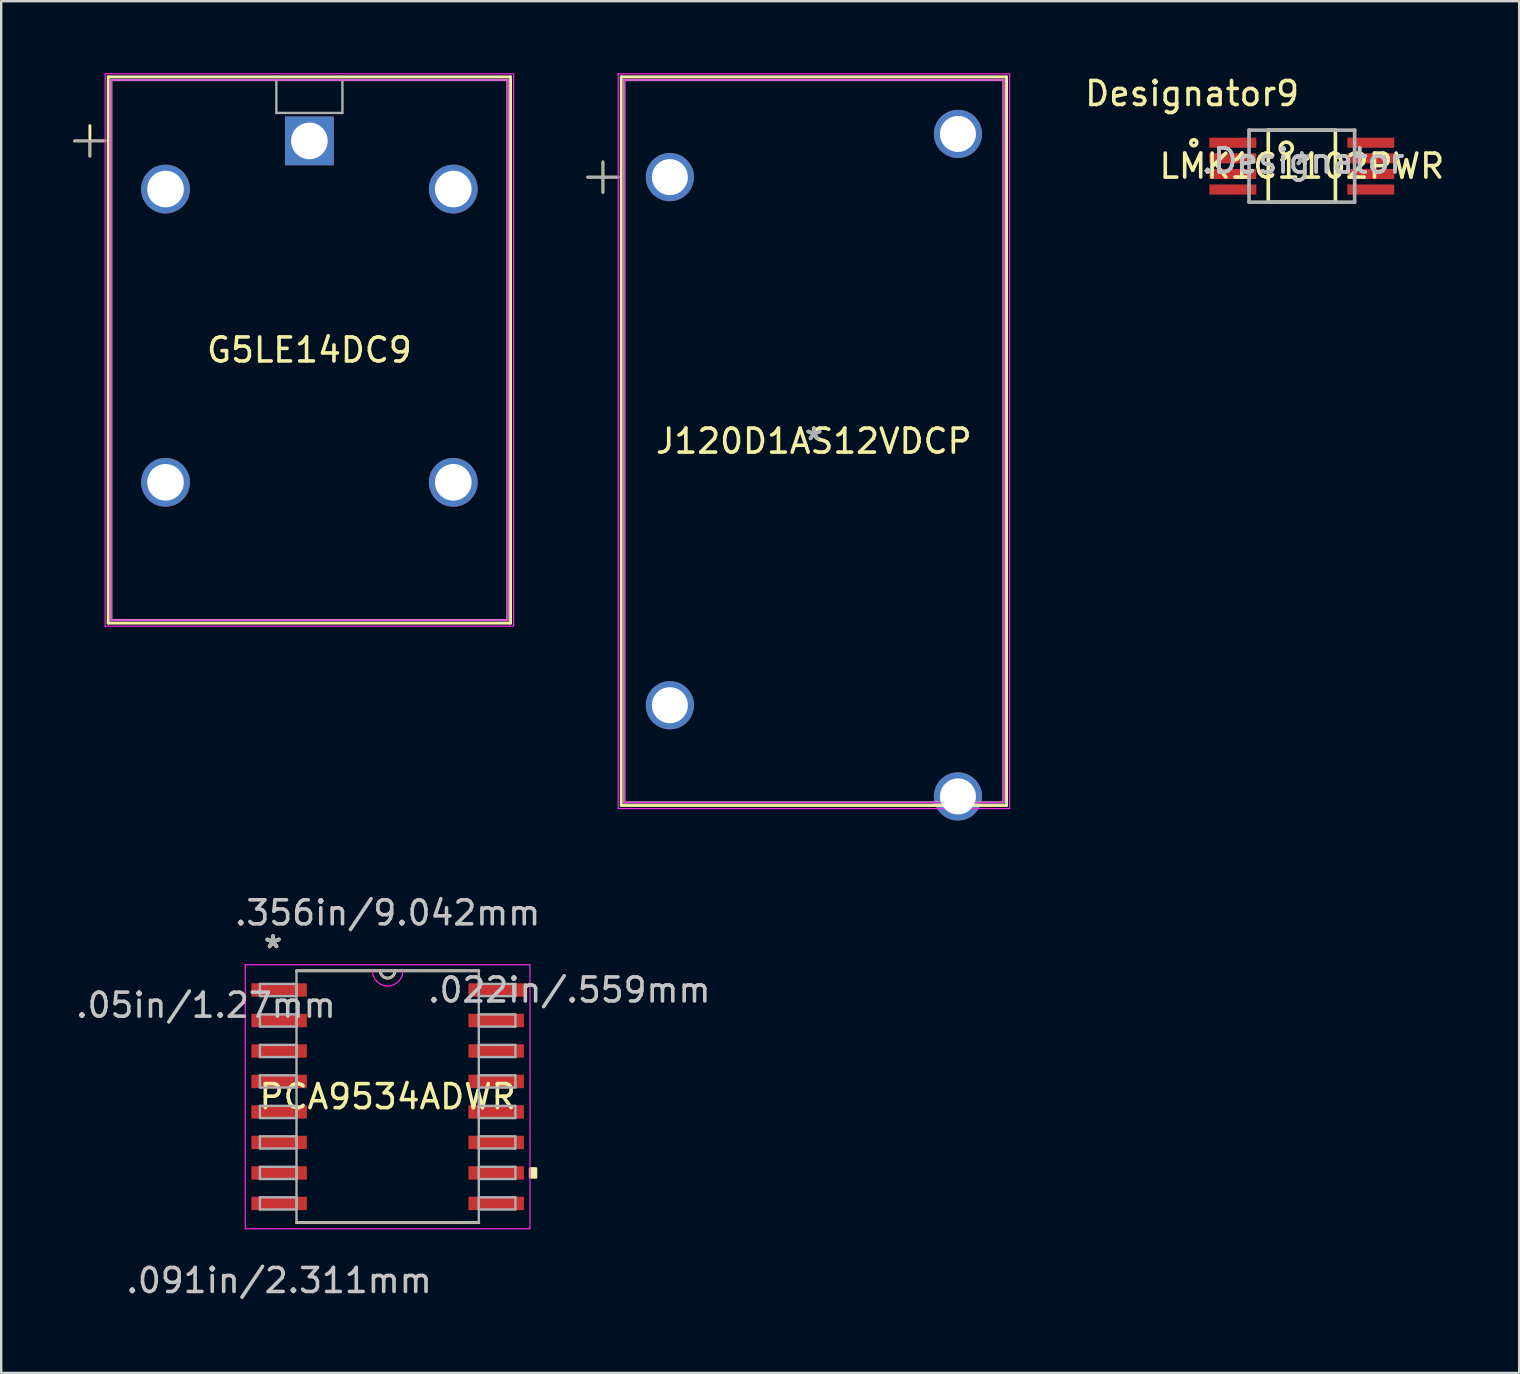
<source format=kicad_pcb>
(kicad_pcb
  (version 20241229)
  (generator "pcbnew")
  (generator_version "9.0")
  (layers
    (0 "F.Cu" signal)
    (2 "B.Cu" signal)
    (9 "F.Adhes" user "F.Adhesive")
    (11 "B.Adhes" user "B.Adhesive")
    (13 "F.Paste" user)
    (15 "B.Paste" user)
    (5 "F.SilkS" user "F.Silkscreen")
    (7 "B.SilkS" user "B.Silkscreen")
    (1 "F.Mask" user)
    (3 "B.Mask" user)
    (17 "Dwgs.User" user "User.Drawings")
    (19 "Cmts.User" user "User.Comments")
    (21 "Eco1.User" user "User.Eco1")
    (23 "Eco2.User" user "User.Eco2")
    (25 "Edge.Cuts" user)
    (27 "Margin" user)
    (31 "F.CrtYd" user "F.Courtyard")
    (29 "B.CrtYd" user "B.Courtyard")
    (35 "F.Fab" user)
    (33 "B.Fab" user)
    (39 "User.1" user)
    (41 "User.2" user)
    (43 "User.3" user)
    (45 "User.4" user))
  (footprint "PCA9534ADWR"
    (layer "F.Cu")
    (at 13.099 42.638)
    (property "Reference" "PCA9534ADWR" (at 0 0 0) (layer "F.SilkS") (effects (font (size 1 1) (thickness 0.15))))
    (attr through_hole)
    (fp_line (start -3.797 5.245) (end 3.797 5.245) (stroke (width 0.12) (type solid)) (layer "F.SilkS"))
    (fp_line (start 3.797 -5.245) (end -3.797 -5.245) (stroke (width 0.12) (type solid)) (layer "F.SilkS"))
    (fp_arc (start 0.3048 -5.2451) (mid 0 -4.9403) (end -0.3048 -5.2451) (stroke (width 0.12) (type solid)) (layer "F.SilkS"))
    (fp_poly (pts (xy 6.185 2.985) (xy 6.185 3.365) (xy 5.931 3.365) (xy 5.931 2.985)) (stroke (width 0.1) (type solid)) (fill yes) (layer "F.SilkS"))
    (fp_line (start -5.931 -5.499) (end 5.931 -5.499) (stroke (width 0.05) (type solid)) (layer "F.CrtYd"))
    (fp_line (start -5.931 5.499) (end -5.931 -5.499) (stroke (width 0.05) (type solid)) (layer "F.CrtYd"))
    (fp_line (start 5.931 -5.499) (end 5.931 5.499) (stroke (width 0.05) (type solid)) (layer "F.CrtYd"))
    (fp_line (start 5.931 5.499) (end -5.931 5.499) (stroke (width 0.05) (type solid)) (layer "F.CrtYd"))
    (fp_arc (start 0.632883 -5.2451) (mid 0 -4.612217) (end -0.632883 -5.2451) (stroke (width 0.05) (type solid)) (layer "F.CrtYd"))
    (fp_line (start -5.321 -4.699) (end -5.321 -4.191) (stroke (width 0.1) (type solid)) (layer "F.Fab"))
    (fp_line (start -5.321 -4.191) (end -3.797 -4.191) (stroke (width 0.1) (type solid)) (layer "F.Fab"))
    (fp_line (start -5.321 -3.429) (end -5.321 -2.921) (stroke (width 0.1) (type solid)) (layer "F.Fab"))
    (fp_line (start -5.321 -2.921) (end -3.797 -2.921) (stroke (width 0.1) (type solid)) (layer "F.Fab"))
    (fp_line (start -5.321 -2.159) (end -5.321 -1.651) (stroke (width 0.1) (type solid)) (layer "F.Fab"))
    (fp_line (start -5.321 -1.651) (end -3.797 -1.651) (stroke (width 0.1) (type solid)) (layer "F.Fab"))
    (fp_line (start -5.321 -0.889) (end -5.321 -0.381) (stroke (width 0.1) (type solid)) (layer "F.Fab"))
    (fp_line (start -5.321 -0.381) (end -3.797 -0.381) (stroke (width 0.1) (type solid)) (layer "F.Fab"))
    (fp_line (start -5.321 0.381) (end -5.321 0.889) (stroke (width 0.1) (type solid)) (layer "F.Fab"))
    (fp_line (start -5.321 0.889) (end -3.797 0.889) (stroke (width 0.1) (type solid)) (layer "F.Fab"))
    (fp_line (start -5.321 1.651) (end -5.321 2.159) (stroke (width 0.1) (type solid)) (layer "F.Fab"))
    (fp_line (start -5.321 2.159) (end -3.797 2.159) (stroke (width 0.1) (type solid)) (layer "F.Fab"))
    (fp_line (start -5.321 2.921) (end -5.321 3.429) (stroke (width 0.1) (type solid)) (layer "F.Fab"))
    (fp_line (start -5.321 3.429) (end -3.797 3.429) (stroke (width 0.1) (type solid)) (layer "F.Fab"))
    (fp_line (start -5.321 4.191) (end -5.321 4.699) (stroke (width 0.1) (type solid)) (layer "F.Fab"))
    (fp_line (start -5.321 4.699) (end -3.797 4.699) (stroke (width 0.1) (type solid)) (layer "F.Fab"))
    (fp_line (start -3.797 -5.245) (end -3.797 5.245) (stroke (width 0.1) (type solid)) (layer "F.Fab"))
    (fp_line (start -3.797 -4.699) (end -5.321 -4.699) (stroke (width 0.1) (type solid)) (layer "F.Fab"))
    (fp_line (start -3.797 -4.191) (end -3.797 -4.699) (stroke (width 0.1) (type solid)) (layer "F.Fab"))
    (fp_line (start -3.797 -3.429) (end -5.321 -3.429) (stroke (width 0.1) (type solid)) (layer "F.Fab"))
    (fp_line (start -3.797 -2.921) (end -3.797 -3.429) (stroke (width 0.1) (type solid)) (layer "F.Fab"))
    (fp_line (start -3.797 -2.159) (end -5.321 -2.159) (stroke (width 0.1) (type solid)) (layer "F.Fab"))
    (fp_line (start -3.797 -1.651) (end -3.797 -2.159) (stroke (width 0.1) (type solid)) (layer "F.Fab"))
    (fp_line (start -3.797 -0.889) (end -5.321 -0.889) (stroke (width 0.1) (type solid)) (layer "F.Fab"))
    (fp_line (start -3.797 -0.381) (end -3.797 -0.889) (stroke (width 0.1) (type solid)) (layer "F.Fab"))
    (fp_line (start -3.797 0.381) (end -5.321 0.381) (stroke (width 0.1) (type solid)) (layer "F.Fab"))
    (fp_line (start -3.797 0.889) (end -3.797 0.381) (stroke (width 0.1) (type solid)) (layer "F.Fab"))
    (fp_line (start -3.797 1.651) (end -5.321 1.651) (stroke (width 0.1) (type solid)) (layer "F.Fab"))
    (fp_line (start -3.797 2.159) (end -3.797 1.651) (stroke (width 0.1) (type solid)) (layer "F.Fab"))
    (fp_line (start -3.797 2.921) (end -5.321 2.921) (stroke (width 0.1) (type solid)) (layer "F.Fab"))
    (fp_line (start -3.797 3.429) (end -3.797 2.921) (stroke (width 0.1) (type solid)) (layer "F.Fab"))
    (fp_line (start -3.797 4.191) (end -5.321 4.191) (stroke (width 0.1) (type solid)) (layer "F.Fab"))
    (fp_line (start -3.797 4.699) (end -3.797 4.191) (stroke (width 0.1) (type solid)) (layer "F.Fab"))
    (fp_line (start -3.797 5.245) (end 3.797 5.245) (stroke (width 0.1) (type solid)) (layer "F.Fab"))
    (fp_line (start 3.797 -5.245) (end -3.797 -5.245) (stroke (width 0.1) (type solid)) (layer "F.Fab"))
    (fp_line (start 3.797 -4.699) (end 3.797 -4.191) (stroke (width 0.1) (type solid)) (layer "F.Fab"))
    (fp_line (start 3.797 -4.191) (end 5.321 -4.191) (stroke (width 0.1) (type solid)) (layer "F.Fab"))
    (fp_line (start 3.797 -3.429) (end 3.797 -2.921) (stroke (width 0.1) (type solid)) (layer "F.Fab"))
    (fp_line (start 3.797 -2.921) (end 5.321 -2.921) (stroke (width 0.1) (type solid)) (layer "F.Fab"))
    (fp_line (start 3.797 -2.159) (end 3.797 -1.651) (stroke (width 0.1) (type solid)) (layer "F.Fab"))
    (fp_line (start 3.797 -1.651) (end 5.321 -1.651) (stroke (width 0.1) (type solid)) (layer "F.Fab"))
    (fp_line (start 3.797 -0.889) (end 3.797 -0.381) (stroke (width 0.1) (type solid)) (layer "F.Fab"))
    (fp_line (start 3.797 -0.381) (end 5.321 -0.381) (stroke (width 0.1) (type solid)) (layer "F.Fab"))
    (fp_line (start 3.797 0.381) (end 3.797 0.889) (stroke (width 0.1) (type solid)) (layer "F.Fab"))
    (fp_line (start 3.797 0.889) (end 5.321 0.889) (stroke (width 0.1) (type solid)) (layer "F.Fab"))
    (fp_line (start 3.797 1.651) (end 3.797 2.159) (stroke (width 0.1) (type solid)) (layer "F.Fab"))
    (fp_line (start 3.797 2.159) (end 5.321 2.159) (stroke (width 0.1) (type solid)) (layer "F.Fab"))
    (fp_line (start 3.797 2.921) (end 3.797 3.429) (stroke (width 0.1) (type solid)) (layer "F.Fab"))
    (fp_line (start 3.797 3.429) (end 5.321 3.429) (stroke (width 0.1) (type solid)) (layer "F.Fab"))
    (fp_line (start 3.797 4.191) (end 3.797 4.699) (stroke (width 0.1) (type solid)) (layer "F.Fab"))
    (fp_line (start 3.797 4.699) (end 5.321 4.699) (stroke (width 0.1) (type solid)) (layer "F.Fab"))
    (fp_line (start 3.797 5.245) (end 3.797 -5.245) (stroke (width 0.1) (type solid)) (layer "F.Fab"))
    (fp_line (start 5.321 -4.699) (end 3.797 -4.699) (stroke (width 0.1) (type solid)) (layer "F.Fab"))
    (fp_line (start 5.321 -4.191) (end 5.321 -4.699) (stroke (width 0.1) (type solid)) (layer "F.Fab"))
    (fp_line (start 5.321 -3.429) (end 3.797 -3.429) (stroke (width 0.1) (type solid)) (layer "F.Fab"))
    (fp_line (start 5.321 -2.921) (end 5.321 -3.429) (stroke (width 0.1) (type solid)) (layer "F.Fab"))
    (fp_line (start 5.321 -2.159) (end 3.797 -2.159) (stroke (width 0.1) (type solid)) (layer "F.Fab"))
    (fp_line (start 5.321 -1.651) (end 5.321 -2.159) (stroke (width 0.1) (type solid)) (layer "F.Fab"))
    (fp_line (start 5.321 -0.889) (end 3.797 -0.889) (stroke (width 0.1) (type solid)) (layer "F.Fab"))
    (fp_line (start 5.321 -0.381) (end 5.321 -0.889) (stroke (width 0.1) (type solid)) (layer "F.Fab"))
    (fp_line (start 5.321 0.381) (end 3.797 0.381) (stroke (width 0.1) (type solid)) (layer "F.Fab"))
    (fp_line (start 5.321 0.889) (end 5.321 0.381) (stroke (width 0.1) (type solid)) (layer "F.Fab"))
    (fp_line (start 5.321 1.651) (end 3.797 1.651) (stroke (width 0.1) (type solid)) (layer "F.Fab"))
    (fp_line (start 5.321 2.159) (end 5.321 1.651) (stroke (width 0.1) (type solid)) (layer "F.Fab"))
    (fp_line (start 5.321 2.921) (end 3.797 2.921) (stroke (width 0.1) (type solid)) (layer "F.Fab"))
    (fp_line (start 5.321 3.429) (end 5.321 2.921) (stroke (width 0.1) (type solid)) (layer "F.Fab"))
    (fp_line (start 5.321 4.191) (end 3.797 4.191) (stroke (width 0.1) (type solid)) (layer "F.Fab"))
    (fp_line (start 5.321 4.699) (end 5.321 4.191) (stroke (width 0.1) (type solid)) (layer "F.Fab"))
    (fp_arc (start 0.3048 -5.2451) (mid 0 -4.9403) (end -0.3048 -5.2451) (stroke (width 0.1) (type solid)) (layer "F.Fab"))
    (fp_text user "*" (at -4.775 -6.147 0) (layer "F.SilkS") (effects (font (size 1 1) (thickness 0.15))))
    (fp_text user "*" (at -4.775 -6.147 0) (layer "F.SilkS") (effects (font (size 1 1) (thickness 0.15))))
    (fp_text user ".091in/2.311mm" (at -4.521 7.658 0) (layer "Dwgs.User") (effects (font (size 1 1) (thickness 0.15))))
    (fp_text user ".05in/1.27mm" (at -7.569 -3.81 0) (layer "Dwgs.User") (effects (font (size 1 1) (thickness 0.15))))
    (fp_text user ".022in/.559mm" (at 7.569 -4.445 0) (layer "Dwgs.User") (effects (font (size 1 1) (thickness 0.15))))
    (fp_text user ".356in/9.042mm" (at 0 -7.658 0) (layer "Dwgs.User") (effects (font (size 1 1) (thickness 0.15))))
    (fp_text user "Copyright 2021 Accelerated Designs. All rights reserved." (at 0 0 0) (layer "Cmts.User") (effects (font (size 0.127 0.127) (thickness 0.002))))
    (fp_text user "*" (at -4.775 -6.147 0) (layer "F.Fab") (effects (font (size 1 1) (thickness 0.15))))
    (fp_text user "*" (at -4.775 -6.147 0) (layer "F.Fab") (effects (font (size 1 1) (thickness 0.15))))
    (pad "1" smd rect (at -4.521 -4.445) (size 2.311 0.559) (layers "F.Cu" "F.Mask" "F.Paste"))
    (pad "2" smd rect (at -4.521 -3.175) (size 2.311 0.559) (layers "F.Cu" "F.Mask" "F.Paste"))
    (pad "3" smd rect (at -4.521 -1.905) (size 2.311 0.559) (layers "F.Cu" "F.Mask" "F.Paste"))
    (pad "4" smd rect (at -4.521 -0.635) (size 2.311 0.559) (layers "F.Cu" "F.Mask" "F.Paste"))
    (pad "5" smd rect (at -4.521 0.635) (size 2.311 0.559) (layers "F.Cu" "F.Mask" "F.Paste"))
    (pad "6" smd rect (at -4.521 1.905) (size 2.311 0.559) (layers "F.Cu" "F.Mask" "F.Paste"))
    (pad "7" smd rect (at -4.521 3.175) (size 2.311 0.559) (layers "F.Cu" "F.Mask" "F.Paste"))
    (pad "8" smd rect (at -4.521 4.445) (size 2.311 0.559) (layers "F.Cu" "F.Mask" "F.Paste"))
    (pad "9" smd rect (at 4.521 4.445) (size 2.311 0.559) (layers "F.Cu" "F.Mask" "F.Paste"))
    (pad "10" smd rect (at 4.521 3.175) (size 2.311 0.559) (layers "F.Cu" "F.Mask" "F.Paste"))
    (pad "11" smd rect (at 4.521 1.905) (size 2.311 0.559) (layers "F.Cu" "F.Mask" "F.Paste"))
    (pad "12" smd rect (at 4.521 0.635) (size 2.311 0.559) (layers "F.Cu" "F.Mask" "F.Paste"))
    (pad "13" smd rect (at 4.521 -0.635) (size 2.311 0.559) (layers "F.Cu" "F.Mask" "F.Paste"))
    (pad "14" smd rect (at 4.521 -1.905) (size 2.311 0.559) (layers "F.Cu" "F.Mask" "F.Paste"))
    (pad "15" smd rect (at 4.521 -3.175) (size 2.311 0.559) (layers "F.Cu" "F.Mask" "F.Paste"))
    (pad "16" smd rect (at 4.521 -4.445) (size 2.311 0.559) (layers "F.Cu" "F.Mask" "F.Paste")))
  (footprint "LMK1C1102PWR"
    (layer "F.Cu")
    (at 51.184 3.871)
    (property "Reference" "LMK1C1102PWR" (at 0 0 0) (layer "F.SilkS") (effects (font (size 1 1) (thickness 0.15))))
    (attr through_hole)
    (fp_line (start -1.398 -1.5) (end 1.398 -1.5) (stroke (width 0.152) (type solid)) (layer "F.SilkS"))
    (fp_line (start -1.398 1.5) (end -1.398 -1.5) (stroke (width 0.152) (type solid)) (layer "F.SilkS"))
    (fp_line (start -1.398 1.5) (end 1.398 1.5) (stroke (width 0.152) (type solid)) (layer "F.SilkS"))
    (fp_line (start 1.398 1.5) (end 1.398 -1.5) (stroke (width 0.152) (type solid)) (layer "F.SilkS"))
    (fp_circle (center -4.5 -0.975) (end -4.375 -0.975) (stroke (width 0.152) (type solid)) (fill no) (layer "F.SilkS"))
    (fp_circle (center -0.648 -0.75) (end -0.398 -0.75) (stroke (width 0.152) (type solid)) (fill no) (layer "F.SilkS"))
    (fp_line (start -2.2 -1.5) (end 2.2 -1.5) (stroke (width 0.152) (type solid)) (layer "F.Fab"))
    (fp_line (start -2.2 1.5) (end -2.2 -1.5) (stroke (width 0.152) (type solid)) (layer "F.Fab"))
    (fp_line (start -2.2 1.5) (end 2.2 1.5) (stroke (width 0.152) (type solid)) (layer "F.Fab"))
    (fp_line (start 2.2 1.5) (end 2.2 -1.5) (stroke (width 0.152) (type solid)) (layer "F.Fab"))
    (fp_text user "*" (at 0 0 0) (layer "F.SilkS") (effects (font (size 1 1) (thickness 0.15))))
    (fp_text user "Designator9" (at -4.572 -3.023 0) (layer "F.SilkS") (effects (font (size 1 1) (thickness 0.15))))
    (fp_text user ".Designator" (at 0.05 -0.217 0) (layer "Dwgs.User") (effects (font (size 1 1) (thickness 0.15))))
    (fp_text user "Copyright 2016 Accelerated Designs. All rights reserved." (at 0 0 0) (layer "Cmts.User") (effects (font (size 0.127 0.127) (thickness 0.002))))
    (fp_text user ".Designator" (at 0.05 -0.217 0) (layer "F.Fab") (effects (font (size 1 1) (thickness 0.15))))
    (fp_text user "*" (at 0 0 0) (layer "F.Fab") (effects (font (size 1 1) (thickness 0.15))))
    (pad "1" smd rect (at -2.875 -0.975) (size 1.955 0.421) (layers "F.Cu" "F.Mask" "F.Paste"))
    (pad "2" smd rect (at -2.875 -0.325) (size 1.955 0.421) (layers "F.Cu" "F.Mask" "F.Paste"))
    (pad "3" smd rect (at -2.875 0.325) (size 1.955 0.421) (layers "F.Cu" "F.Mask" "F.Paste"))
    (pad "4" smd rect (at -2.875 0.975) (size 1.955 0.421) (layers "F.Cu" "F.Mask" "F.Paste"))
    (pad "5" smd rect (at 2.875 0.975) (size 1.955 0.421) (layers "F.Cu" "F.Mask" "F.Paste"))
    (pad "6" smd rect (at 2.875 0.325) (size 1.955 0.421) (layers "F.Cu" "F.Mask" "F.Paste"))
    (pad "7" smd rect (at 2.875 -0.325) (size 1.955 0.421) (layers "F.Cu" "F.Mask" "F.Paste"))
    (pad "8" smd rect (at 2.875 -0.975) (size 1.955 0.421) (layers "F.Cu" "F.Mask" "F.Paste")))
  (footprint "G5LE14DC9"
    (layer "F.Cu")
    (at 9.839 2.819)
    (property "Reference" "G5LE14DC9" (at 0 8.712 0) (layer "F.SilkS") (effects (font (size 1 1) (thickness 0.15))))
    (attr through_hole)
    (fp_line (start -9.779 0) (end -8.509 0) (stroke (width 0.12) (type solid)) (layer "F.SilkS"))
    (fp_line (start -9.144 -0.635) (end -9.144 0.635) (stroke (width 0.12) (type solid)) (layer "F.SilkS"))
    (fp_line (start -8.382 -2.667) (end -8.382 20.091) (stroke (width 0.12) (type solid)) (layer "F.SilkS"))
    (fp_line (start 8.382 -2.667) (end -8.382 -2.667) (stroke (width 0.12) (type solid)) (layer "F.SilkS"))
    (fp_line (start 8.382 -2.667) (end 8.382 20.091) (stroke (width 0.12) (type solid)) (layer "F.SilkS"))
    (fp_line (start 8.382 20.091) (end -8.382 20.091) (stroke (width 0.12) (type solid)) (layer "F.SilkS"))
    (fp_line (start -8.509 -2.794) (end -8.509 20.218) (stroke (width 0.05) (type solid)) (layer "F.CrtYd"))
    (fp_line (start -8.509 20.218) (end 8.509 20.218) (stroke (width 0.05) (type solid)) (layer "F.CrtYd"))
    (fp_line (start -8.255 -2.54) (end 8.255 -2.54) (stroke (width 0.05) (type solid)) (layer "F.CrtYd"))
    (fp_line (start -8.255 19.964) (end -8.255 -2.54) (stroke (width 0.05) (type solid)) (layer "F.CrtYd"))
    (fp_line (start 8.255 -2.54) (end 8.255 19.964) (stroke (width 0.05) (type solid)) (layer "F.CrtYd"))
    (fp_line (start 8.255 19.964) (end -8.255 19.964) (stroke (width 0.05) (type solid)) (layer "F.CrtYd"))
    (fp_line (start 8.509 -2.794) (end -8.509 -2.794) (stroke (width 0.05) (type solid)) (layer "F.CrtYd"))
    (fp_line (start 8.509 20.218) (end 8.509 -2.794) (stroke (width 0.05) (type solid)) (layer "F.CrtYd"))
    (fp_line (start -9.779 0) (end -8.509 0) (stroke (width 0.1) (type solid)) (layer "F.Fab"))
    (fp_line (start -9.144 0) (end -9.144 0.635) (stroke (width 0.1) (type solid)) (layer "F.Fab"))
    (fp_line (start -8.255 -2.54) (end -8.255 19.964) (stroke (width 0.1) (type solid)) (layer "F.Fab"))
    (fp_line (start -1.376 -1.164) (end -1.376 -2.54) (stroke (width 0.1) (type solid)) (layer "F.Fab"))
    (fp_line (start 1.376 -2.54) (end 1.376 -1.164) (stroke (width 0.1) (type solid)) (layer "F.Fab"))
    (fp_line (start 1.376 -1.164) (end -1.376 -1.164) (stroke (width 0.1) (type solid)) (layer "F.Fab"))
    (fp_line (start 8.255 -2.54) (end -8.255 -2.54) (stroke (width 0.1) (type solid)) (layer "F.Fab"))
    (fp_line (start 8.255 -2.54) (end 8.255 19.964) (stroke (width 0.1) (type solid)) (layer "F.Fab"))
    (fp_line (start 8.255 19.964) (end -8.255 19.964) (stroke (width 0.1) (type solid)) (layer "F.Fab"))
    (fp_text user "*" (at 0 0 0) (layer "F.SilkS") (effects (font (size 1 1) (thickness 0.15))))
    (fp_text user "Copyright 2021 Accelerated Designs. All rights reserved." (at 0 0 0) (layer "Cmts.User") (effects (font (size 0.127 0.127) (thickness 0.002))))
    (fp_text user "*" (at 0 0 0) (layer "F.Fab") (effects (font (size 1 1) (thickness 0.15))))
    (pad "1" thru_hole rect (at 0 0) (size 2.032 2.032) (drill 1.524) (layers "*.Cu" "*.Mask"))
    (pad "2" thru_hole circle (at -5.994 2.007) (size 2.032 2.032) (drill 1.524) (layers "*.Cu" "*.Mask"))
    (pad "3" thru_hole circle (at -5.994 14.224) (size 2.032 2.032) (drill 1.524) (layers "*.Cu" "*.Mask"))
    (pad "4" thru_hole circle (at 5.994 14.224) (size 2.032 2.032) (drill 1.524) (layers "*.Cu" "*.Mask"))
    (pad "5" thru_hole circle (at 5.994 2.007) (size 2.032 2.032) (drill 1.524) (layers "*.Cu" "*.Mask")))
  (footprint "J120D1AS12VDCP"
    (layer "F.Cu")
    (at 30.856 15.329)
    (property "Reference" "J120D1AS12VDCP" (at 0 0 0) (layer "F.SilkS") (effects (font (size 1 1) (thickness 0.15))))
    (attr through_hole)
    (fp_line (start -9.423 -11) (end -8.153 -11) (stroke (width 0.12) (type solid)) (layer "F.SilkS"))
    (fp_line (start -8.788 -11.635) (end -8.788 -10.365) (stroke (width 0.12) (type solid)) (layer "F.SilkS"))
    (fp_line (start -8.026 -15.177) (end -8.026 15.177) (stroke (width 0.12) (type solid)) (layer "F.SilkS"))
    (fp_line (start 8.026 -15.177) (end -8.026 -15.177) (stroke (width 0.12) (type solid)) (layer "F.SilkS"))
    (fp_line (start 8.026 -15.177) (end 8.026 15.177) (stroke (width 0.12) (type solid)) (layer "F.SilkS"))
    (fp_line (start 8.026 15.177) (end -8.026 15.177) (stroke (width 0.12) (type solid)) (layer "F.SilkS"))
    (fp_line (start -8.153 -15.303) (end -8.153 15.303) (stroke (width 0.05) (type solid)) (layer "F.CrtYd"))
    (fp_line (start -8.153 15.303) (end 8.153 15.303) (stroke (width 0.05) (type solid)) (layer "F.CrtYd"))
    (fp_line (start -7.899 -15.05) (end 7.899 -15.05) (stroke (width 0.05) (type solid)) (layer "F.CrtYd"))
    (fp_line (start -7.899 15.05) (end -7.899 -15.05) (stroke (width 0.05) (type solid)) (layer "F.CrtYd"))
    (fp_line (start 7.899 -15.05) (end 7.899 15.05) (stroke (width 0.05) (type solid)) (layer "F.CrtYd"))
    (fp_line (start 7.899 15.05) (end -7.899 15.05) (stroke (width 0.05) (type solid)) (layer "F.CrtYd"))
    (fp_line (start 8.153 -15.303) (end -8.153 -15.303) (stroke (width 0.05) (type solid)) (layer "F.CrtYd"))
    (fp_line (start 8.153 15.303) (end 8.153 -15.303) (stroke (width 0.05) (type solid)) (layer "F.CrtYd"))
    (fp_line (start -9.423 -11) (end -8.153 -11) (stroke (width 0.1) (type solid)) (layer "F.Fab"))
    (fp_line (start -8.788 -11.635) (end -8.788 -10.365) (stroke (width 0.1) (type solid)) (layer "F.Fab"))
    (fp_line (start -7.899 -15.05) (end -7.899 15.05) (stroke (width 0.1) (type solid)) (layer "F.Fab"))
    (fp_line (start 7.899 -15.05) (end -7.899 -15.05) (stroke (width 0.1) (type solid)) (layer "F.Fab"))
    (fp_line (start 7.899 -15.05) (end 7.899 15.05) (stroke (width 0.1) (type solid)) (layer "F.Fab"))
    (fp_line (start 7.899 15.05) (end -7.899 15.05) (stroke (width 0.1) (type solid)) (layer "F.Fab"))
    (fp_text user "*" (at 0 0 0) (layer "F.SilkS") (effects (font (size 1 1) (thickness 0.15))))
    (fp_text user "Copyright 2021 Accelerated Designs. All rights reserved." (at 0 0 0) (layer "Cmts.User") (effects (font (size 0.127 0.127) (thickness 0.002))))
    (fp_text user "*" (at 0 0 0) (layer "F.Fab") (effects (font (size 1 1) (thickness 0.15))))
    (pad "1" thru_hole circle (at -5.999 -11) (size 2.007 2.007) (drill 1.499) (layers "*.Cu" "*.Mask"))
    (pad "2" thru_hole circle (at -5.999 11) (size 2.007 2.007) (drill 1.499) (layers "*.Cu" "*.Mask"))
    (pad "3" thru_hole circle (at 6.001 14.8) (size 2.007 2.007) (drill 1.499) (layers "*.Cu" "*.Mask"))
    (pad "4" thru_hole circle (at 6.001 -12.8) (size 2.007 2.007) (drill 1.499) (layers "*.Cu" "*.Mask")))
  (gr_rect
    (start -3 -3)
    (end 60.238 54.145)
    (stroke (width 0.1) (type default))
    (fill no)
    (layer "Edge.Cuts")))
</source>
